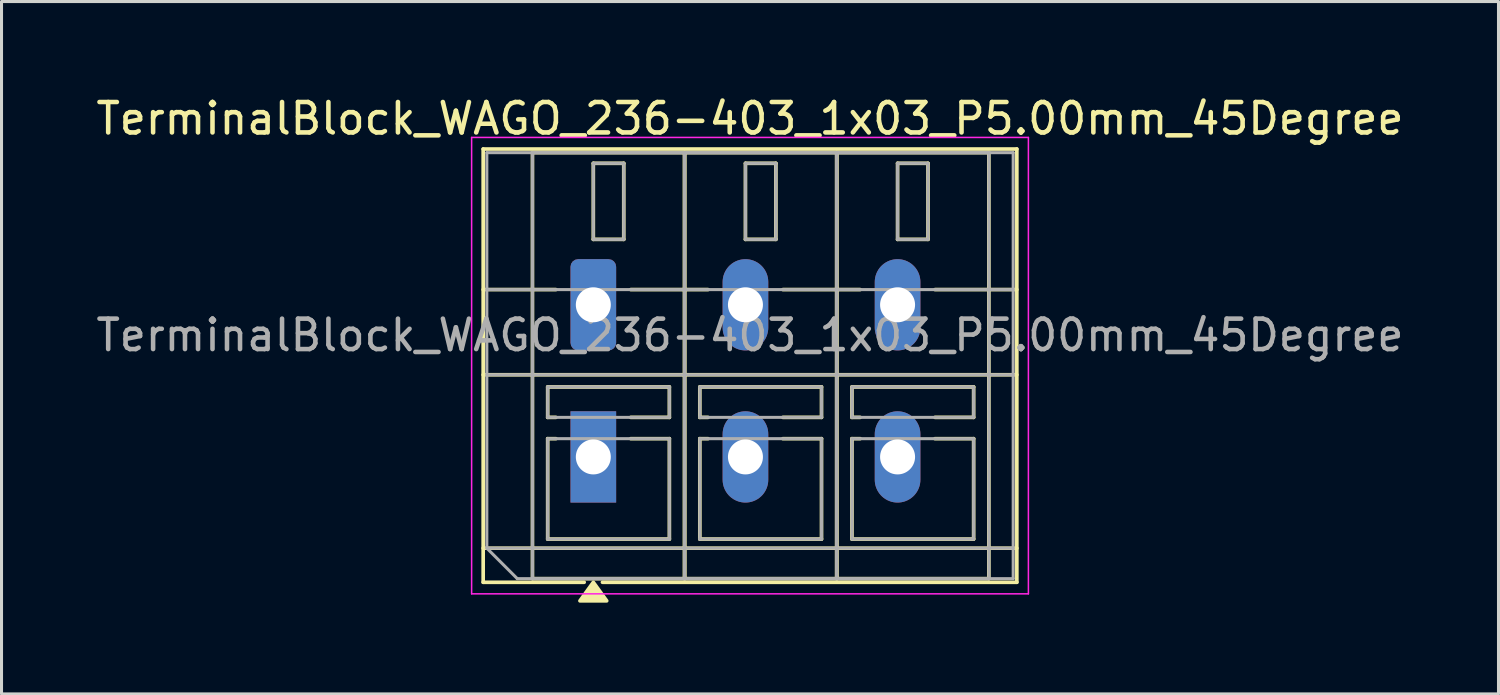
<source format=kicad_pcb>
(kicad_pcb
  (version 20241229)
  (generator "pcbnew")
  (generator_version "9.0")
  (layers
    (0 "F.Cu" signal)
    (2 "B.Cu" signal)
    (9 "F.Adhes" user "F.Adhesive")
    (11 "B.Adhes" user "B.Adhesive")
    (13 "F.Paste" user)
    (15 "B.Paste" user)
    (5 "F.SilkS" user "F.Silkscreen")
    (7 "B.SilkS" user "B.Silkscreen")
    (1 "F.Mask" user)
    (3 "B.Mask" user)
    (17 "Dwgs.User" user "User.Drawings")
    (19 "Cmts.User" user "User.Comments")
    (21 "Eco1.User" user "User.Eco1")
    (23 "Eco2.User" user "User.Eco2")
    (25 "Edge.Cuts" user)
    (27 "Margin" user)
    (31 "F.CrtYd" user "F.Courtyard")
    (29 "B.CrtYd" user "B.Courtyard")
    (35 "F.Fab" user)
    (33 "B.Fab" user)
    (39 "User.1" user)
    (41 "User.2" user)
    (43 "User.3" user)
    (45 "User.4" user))
  (footprint "TerminalBlock_WAGO_236-403_1x03_P5.00mm_45Degree"
    (layer "F.Cu")
    (at 16.451 6.968)
    (property "Reference" "TerminalBlock_WAGO_236-403_1x03_P5.00mm_45Degree" (at 5.15 -6.12 0) (layer "F.SilkS") (effects (font (size 1 1) (thickness 0.15))))
    (attr through_hole)
    (fp_line (start -3.62 -5.12) (end -3.62 9.12) (stroke (width 0.12) (type solid)) (layer "F.SilkS"))
    (fp_line (start -3.62 -5.12) (end 13.92 -5.12) (stroke (width 0.12) (type solid)) (layer "F.SilkS"))
    (fp_line (start -3.62 -0.5) (end -1.23 -0.5) (stroke (width 0.12) (type solid)) (layer "F.SilkS"))
    (fp_line (start -3.62 2.3) (end 13.92 2.3) (stroke (width 0.12) (type solid)) (layer "F.SilkS"))
    (fp_line (start -3.62 8) (end 13.92 8) (stroke (width 0.12) (type solid)) (layer "F.SilkS"))
    (fp_line (start -3.62 9.12) (end -0.3 9.12) (stroke (width 0.12) (type solid)) (layer "F.SilkS"))
    (fp_line (start -2 -5) (end -2 9) (stroke (width 0.12) (type solid)) (layer "F.SilkS"))
    (fp_line (start -2 -5) (end 3 -5) (stroke (width 0.12) (type solid)) (layer "F.SilkS"))
    (fp_line (start -2 9) (end 3 9) (stroke (width 0.12) (type solid)) (layer "F.SilkS"))
    (fp_line (start -1.5 2.7) (end -1.5 3.7) (stroke (width 0.12) (type solid)) (layer "F.SilkS"))
    (fp_line (start -1.5 2.7) (end 2.5 2.7) (stroke (width 0.12) (type solid)) (layer "F.SilkS"))
    (fp_line (start -1.5 3.7) (end -1.23 3.7) (stroke (width 0.12) (type solid)) (layer "F.SilkS"))
    (fp_line (start -1.5 4.4) (end -1.5 7.7) (stroke (width 0.12) (type solid)) (layer "F.SilkS"))
    (fp_line (start -1.5 4.4) (end -1.23 4.4) (stroke (width 0.12) (type solid)) (layer "F.SilkS"))
    (fp_line (start -1.5 7.7) (end 2.5 7.7) (stroke (width 0.12) (type solid)) (layer "F.SilkS"))
    (fp_line (start 0 -4.65) (end 0 -2.15) (stroke (width 0.12) (type solid)) (layer "F.SilkS"))
    (fp_line (start 0 -4.65) (end 1 -4.65) (stroke (width 0.12) (type solid)) (layer "F.SilkS"))
    (fp_line (start 0 -2.15) (end 1 -2.15) (stroke (width 0.12) (type solid)) (layer "F.SilkS"))
    (fp_line (start 0.3 9.12) (end 13.92 9.12) (stroke (width 0.12) (type solid)) (layer "F.SilkS"))
    (fp_line (start 1 -4.65) (end 1 -2.15) (stroke (width 0.12) (type solid)) (layer "F.SilkS"))
    (fp_line (start 1.23 -0.5) (end 3.77 -0.5) (stroke (width 0.12) (type solid)) (layer "F.SilkS"))
    (fp_line (start 1.23 3.7) (end 2.5 3.7) (stroke (width 0.12) (type solid)) (layer "F.SilkS"))
    (fp_line (start 1.23 4.4) (end 2.5 4.4) (stroke (width 0.12) (type solid)) (layer "F.SilkS"))
    (fp_line (start 2.5 2.7) (end 2.5 3.7) (stroke (width 0.12) (type solid)) (layer "F.SilkS"))
    (fp_line (start 2.5 4.4) (end 2.5 7.7) (stroke (width 0.12) (type solid)) (layer "F.SilkS"))
    (fp_line (start 3 -5) (end 3 9) (stroke (width 0.12) (type solid)) (layer "F.SilkS"))
    (fp_line (start 3 -5) (end 3 9) (stroke (width 0.12) (type solid)) (layer "F.SilkS"))
    (fp_line (start 3 -5) (end 8 -5) (stroke (width 0.12) (type solid)) (layer "F.SilkS"))
    (fp_line (start 3 9) (end 8 9) (stroke (width 0.12) (type solid)) (layer "F.SilkS"))
    (fp_line (start 3.5 2.7) (end 3.5 3.7) (stroke (width 0.12) (type solid)) (layer "F.SilkS"))
    (fp_line (start 3.5 2.7) (end 7.5 2.7) (stroke (width 0.12) (type solid)) (layer "F.SilkS"))
    (fp_line (start 3.5 3.7) (end 3.77 3.7) (stroke (width 0.12) (type solid)) (layer "F.SilkS"))
    (fp_line (start 3.5 4.4) (end 3.5 7.7) (stroke (width 0.12) (type solid)) (layer "F.SilkS"))
    (fp_line (start 3.5 4.4) (end 3.77 4.4) (stroke (width 0.12) (type solid)) (layer "F.SilkS"))
    (fp_line (start 3.5 7.7) (end 7.5 7.7) (stroke (width 0.12) (type solid)) (layer "F.SilkS"))
    (fp_line (start 5 -4.65) (end 5 -2.15) (stroke (width 0.12) (type solid)) (layer "F.SilkS"))
    (fp_line (start 5 -4.65) (end 6 -4.65) (stroke (width 0.12) (type solid)) (layer "F.SilkS"))
    (fp_line (start 5 -2.15) (end 6 -2.15) (stroke (width 0.12) (type solid)) (layer "F.SilkS"))
    (fp_line (start 6 -4.65) (end 6 -2.15) (stroke (width 0.12) (type solid)) (layer "F.SilkS"))
    (fp_line (start 6.23 -0.5) (end 8.77 -0.5) (stroke (width 0.12) (type solid)) (layer "F.SilkS"))
    (fp_line (start 6.23 3.7) (end 7.5 3.7) (stroke (width 0.12) (type solid)) (layer "F.SilkS"))
    (fp_line (start 6.23 4.4) (end 7.5 4.4) (stroke (width 0.12) (type solid)) (layer "F.SilkS"))
    (fp_line (start 7.5 2.7) (end 7.5 3.7) (stroke (width 0.12) (type solid)) (layer "F.SilkS"))
    (fp_line (start 7.5 4.4) (end 7.5 7.7) (stroke (width 0.12) (type solid)) (layer "F.SilkS"))
    (fp_line (start 8 -5) (end 8 9) (stroke (width 0.12) (type solid)) (layer "F.SilkS"))
    (fp_line (start 8 -5) (end 8 9) (stroke (width 0.12) (type solid)) (layer "F.SilkS"))
    (fp_line (start 8 -5) (end 13 -5) (stroke (width 0.12) (type solid)) (layer "F.SilkS"))
    (fp_line (start 8 9) (end 13 9) (stroke (width 0.12) (type solid)) (layer "F.SilkS"))
    (fp_line (start 8.5 2.7) (end 8.5 3.7) (stroke (width 0.12) (type solid)) (layer "F.SilkS"))
    (fp_line (start 8.5 2.7) (end 12.5 2.7) (stroke (width 0.12) (type solid)) (layer "F.SilkS"))
    (fp_line (start 8.5 3.7) (end 8.77 3.7) (stroke (width 0.12) (type solid)) (layer "F.SilkS"))
    (fp_line (start 8.5 4.4) (end 8.5 7.7) (stroke (width 0.12) (type solid)) (layer "F.SilkS"))
    (fp_line (start 8.5 4.4) (end 8.77 4.4) (stroke (width 0.12) (type solid)) (layer "F.SilkS"))
    (fp_line (start 8.5 7.7) (end 12.5 7.7) (stroke (width 0.12) (type solid)) (layer "F.SilkS"))
    (fp_line (start 10 -4.65) (end 10 -2.15) (stroke (width 0.12) (type solid)) (layer "F.SilkS"))
    (fp_line (start 10 -4.65) (end 11 -4.65) (stroke (width 0.12) (type solid)) (layer "F.SilkS"))
    (fp_line (start 10 -2.15) (end 11 -2.15) (stroke (width 0.12) (type solid)) (layer "F.SilkS"))
    (fp_line (start 11 -4.65) (end 11 -2.15) (stroke (width 0.12) (type solid)) (layer "F.SilkS"))
    (fp_line (start 11.23 -0.5) (end 13.92 -0.5) (stroke (width 0.12) (type solid)) (layer "F.SilkS"))
    (fp_line (start 11.23 3.7) (end 12.5 3.7) (stroke (width 0.12) (type solid)) (layer "F.SilkS"))
    (fp_line (start 11.23 4.4) (end 12.5 4.4) (stroke (width 0.12) (type solid)) (layer "F.SilkS"))
    (fp_line (start 12.5 2.7) (end 12.5 3.7) (stroke (width 0.12) (type solid)) (layer "F.SilkS"))
    (fp_line (start 12.5 4.4) (end 12.5 7.7) (stroke (width 0.12) (type solid)) (layer "F.SilkS"))
    (fp_line (start 13 -5) (end 13 9) (stroke (width 0.12) (type solid)) (layer "F.SilkS"))
    (fp_line (start 13.92 -5.12) (end 13.92 9.12) (stroke (width 0.12) (type solid)) (layer "F.SilkS"))
    (fp_poly (pts (xy 0 9.12) (xy 0.44 9.73) (xy -0.44 9.73)) (stroke (width 0.12) (type solid)) (fill yes) (layer "F.SilkS"))
    (fp_line (start -4 -5.5) (end -4 9.5) (stroke (width 0.05) (type solid)) (layer "F.CrtYd"))
    (fp_line (start -4 9.5) (end 14.3 9.5) (stroke (width 0.05) (type solid)) (layer "F.CrtYd"))
    (fp_line (start 14.3 -5.5) (end -4 -5.5) (stroke (width 0.05) (type solid)) (layer "F.CrtYd"))
    (fp_line (start 14.3 9.5) (end 14.3 -5.5) (stroke (width 0.05) (type solid)) (layer "F.CrtYd"))
    (fp_line (start -3.5 -5) (end 13.8 -5) (stroke (width 0.1) (type solid)) (layer "F.Fab"))
    (fp_line (start -3.5 -0.5) (end 13.8 -0.5) (stroke (width 0.1) (type solid)) (layer "F.Fab"))
    (fp_line (start -3.5 2.3) (end 13.8 2.3) (stroke (width 0.1) (type solid)) (layer "F.Fab"))
    (fp_line (start -3.5 8) (end -3.5 -5) (stroke (width 0.1) (type solid)) (layer "F.Fab"))
    (fp_line (start -3.5 8) (end 13.8 8) (stroke (width 0.1) (type solid)) (layer "F.Fab"))
    (fp_line (start -2.5 9) (end -3.5 8) (stroke (width 0.1) (type solid)) (layer "F.Fab"))
    (fp_line (start -2 -5) (end -2 9) (stroke (width 0.1) (type solid)) (layer "F.Fab"))
    (fp_line (start -2 9) (end 3 9) (stroke (width 0.1) (type solid)) (layer "F.Fab"))
    (fp_line (start -1.5 2.7) (end -1.5 3.7) (stroke (width 0.1) (type solid)) (layer "F.Fab"))
    (fp_line (start -1.5 3.7) (end 2.5 3.7) (stroke (width 0.1) (type solid)) (layer "F.Fab"))
    (fp_line (start -1.5 4.4) (end -1.5 7.7) (stroke (width 0.1) (type solid)) (layer "F.Fab"))
    (fp_line (start -1.5 7.7) (end 2.5 7.7) (stroke (width 0.1) (type solid)) (layer "F.Fab"))
    (fp_line (start 0 -4.65) (end 0 -2.15) (stroke (width 0.1) (type solid)) (layer "F.Fab"))
    (fp_line (start 0 -2.15) (end 1 -2.15) (stroke (width 0.1) (type solid)) (layer "F.Fab"))
    (fp_line (start 1 -4.65) (end 0 -4.65) (stroke (width 0.1) (type solid)) (layer "F.Fab"))
    (fp_line (start 1 -2.15) (end 1 -4.65) (stroke (width 0.1) (type solid)) (layer "F.Fab"))
    (fp_line (start 2.5 2.7) (end -1.5 2.7) (stroke (width 0.1) (type solid)) (layer "F.Fab"))
    (fp_line (start 2.5 3.7) (end 2.5 2.7) (stroke (width 0.1) (type solid)) (layer "F.Fab"))
    (fp_line (start 2.5 4.4) (end -1.5 4.4) (stroke (width 0.1) (type solid)) (layer "F.Fab"))
    (fp_line (start 2.5 7.7) (end 2.5 4.4) (stroke (width 0.1) (type solid)) (layer "F.Fab"))
    (fp_line (start 3 -5) (end -2 -5) (stroke (width 0.1) (type solid)) (layer "F.Fab"))
    (fp_line (start 3 -5) (end 3 9) (stroke (width 0.1) (type solid)) (layer "F.Fab"))
    (fp_line (start 3 9) (end 3 -5) (stroke (width 0.1) (type solid)) (layer "F.Fab"))
    (fp_line (start 3 9) (end 8 9) (stroke (width 0.1) (type solid)) (layer "F.Fab"))
    (fp_line (start 3.5 2.7) (end 3.5 3.7) (stroke (width 0.1) (type solid)) (layer "F.Fab"))
    (fp_line (start 3.5 3.7) (end 7.5 3.7) (stroke (width 0.1) (type solid)) (layer "F.Fab"))
    (fp_line (start 3.5 4.4) (end 3.5 7.7) (stroke (width 0.1) (type solid)) (layer "F.Fab"))
    (fp_line (start 3.5 7.7) (end 7.5 7.7) (stroke (width 0.1) (type solid)) (layer "F.Fab"))
    (fp_line (start 5 -4.65) (end 5 -2.15) (stroke (width 0.1) (type solid)) (layer "F.Fab"))
    (fp_line (start 5 -2.15) (end 6 -2.15) (stroke (width 0.1) (type solid)) (layer "F.Fab"))
    (fp_line (start 6 -4.65) (end 5 -4.65) (stroke (width 0.1) (type solid)) (layer "F.Fab"))
    (fp_line (start 6 -2.15) (end 6 -4.65) (stroke (width 0.1) (type solid)) (layer "F.Fab"))
    (fp_line (start 7.5 2.7) (end 3.5 2.7) (stroke (width 0.1) (type solid)) (layer "F.Fab"))
    (fp_line (start 7.5 3.7) (end 7.5 2.7) (stroke (width 0.1) (type solid)) (layer "F.Fab"))
    (fp_line (start 7.5 4.4) (end 3.5 4.4) (stroke (width 0.1) (type solid)) (layer "F.Fab"))
    (fp_line (start 7.5 7.7) (end 7.5 4.4) (stroke (width 0.1) (type solid)) (layer "F.Fab"))
    (fp_line (start 8 -5) (end 3 -5) (stroke (width 0.1) (type solid)) (layer "F.Fab"))
    (fp_line (start 8 -5) (end 8 9) (stroke (width 0.1) (type solid)) (layer "F.Fab"))
    (fp_line (start 8 9) (end 8 -5) (stroke (width 0.1) (type solid)) (layer "F.Fab"))
    (fp_line (start 8 9) (end 13 9) (stroke (width 0.1) (type solid)) (layer "F.Fab"))
    (fp_line (start 8.5 2.7) (end 8.5 3.7) (stroke (width 0.1) (type solid)) (layer "F.Fab"))
    (fp_line (start 8.5 3.7) (end 12.5 3.7) (stroke (width 0.1) (type solid)) (layer "F.Fab"))
    (fp_line (start 8.5 4.4) (end 8.5 7.7) (stroke (width 0.1) (type solid)) (layer "F.Fab"))
    (fp_line (start 8.5 7.7) (end 12.5 7.7) (stroke (width 0.1) (type solid)) (layer "F.Fab"))
    (fp_line (start 10 -4.65) (end 10 -2.15) (stroke (width 0.1) (type solid)) (layer "F.Fab"))
    (fp_line (start 10 -2.15) (end 11 -2.15) (stroke (width 0.1) (type solid)) (layer "F.Fab"))
    (fp_line (start 11 -4.65) (end 10 -4.65) (stroke (width 0.1) (type solid)) (layer "F.Fab"))
    (fp_line (start 11 -2.15) (end 11 -4.65) (stroke (width 0.1) (type solid)) (layer "F.Fab"))
    (fp_line (start 12.5 2.7) (end 8.5 2.7) (stroke (width 0.1) (type solid)) (layer "F.Fab"))
    (fp_line (start 12.5 3.7) (end 12.5 2.7) (stroke (width 0.1) (type solid)) (layer "F.Fab"))
    (fp_line (start 12.5 4.4) (end 8.5 4.4) (stroke (width 0.1) (type solid)) (layer "F.Fab"))
    (fp_line (start 12.5 7.7) (end 12.5 4.4) (stroke (width 0.1) (type solid)) (layer "F.Fab"))
    (fp_line (start 13 -5) (end 8 -5) (stroke (width 0.1) (type solid)) (layer "F.Fab"))
    (fp_line (start 13 9) (end 13 -5) (stroke (width 0.1) (type solid)) (layer "F.Fab"))
    (fp_line (start 13.8 -5) (end 13.8 9) (stroke (width 0.1) (type solid)) (layer "F.Fab"))
    (fp_line (start 13.8 9) (end -2.5 9) (stroke (width 0.1) (type solid)) (layer "F.Fab"))
    (fp_text user "${REFERENCE}" (at 5.15 1 0) (layer "F.Fab") (effects (font (size 1 1) (thickness 0.15))))
    (pad "1" thru_hole roundrect (at 0 0) (size 1.5 3) (drill 1.15) (layers "*.Cu" "*.Mask") (roundrect_rratio 0.167))
    (pad "1" thru_hole rect (at 0 5) (size 1.5 3) (drill 1.15) (layers "*.Cu" "*.Mask"))
    (pad "2" thru_hole oval (at 5 0) (size 1.5 3) (drill 1.15) (layers "*.Cu" "*.Mask"))
    (pad "2" thru_hole oval (at 5 5) (size 1.5 3) (drill 1.15) (layers "*.Cu" "*.Mask"))
    (pad "3" thru_hole oval (at 10 0) (size 1.5 3) (drill 1.15) (layers "*.Cu" "*.Mask"))
    (pad "3" thru_hole oval (at 10 5) (size 1.5 3) (drill 1.15) (layers "*.Cu" "*.Mask")))
  (gr_rect
    (start -3 -3)
    (end 46.202 19.758)
    (stroke (width 0.1) (type default))
    (fill no)
    (layer "Edge.Cuts")))
</source>
